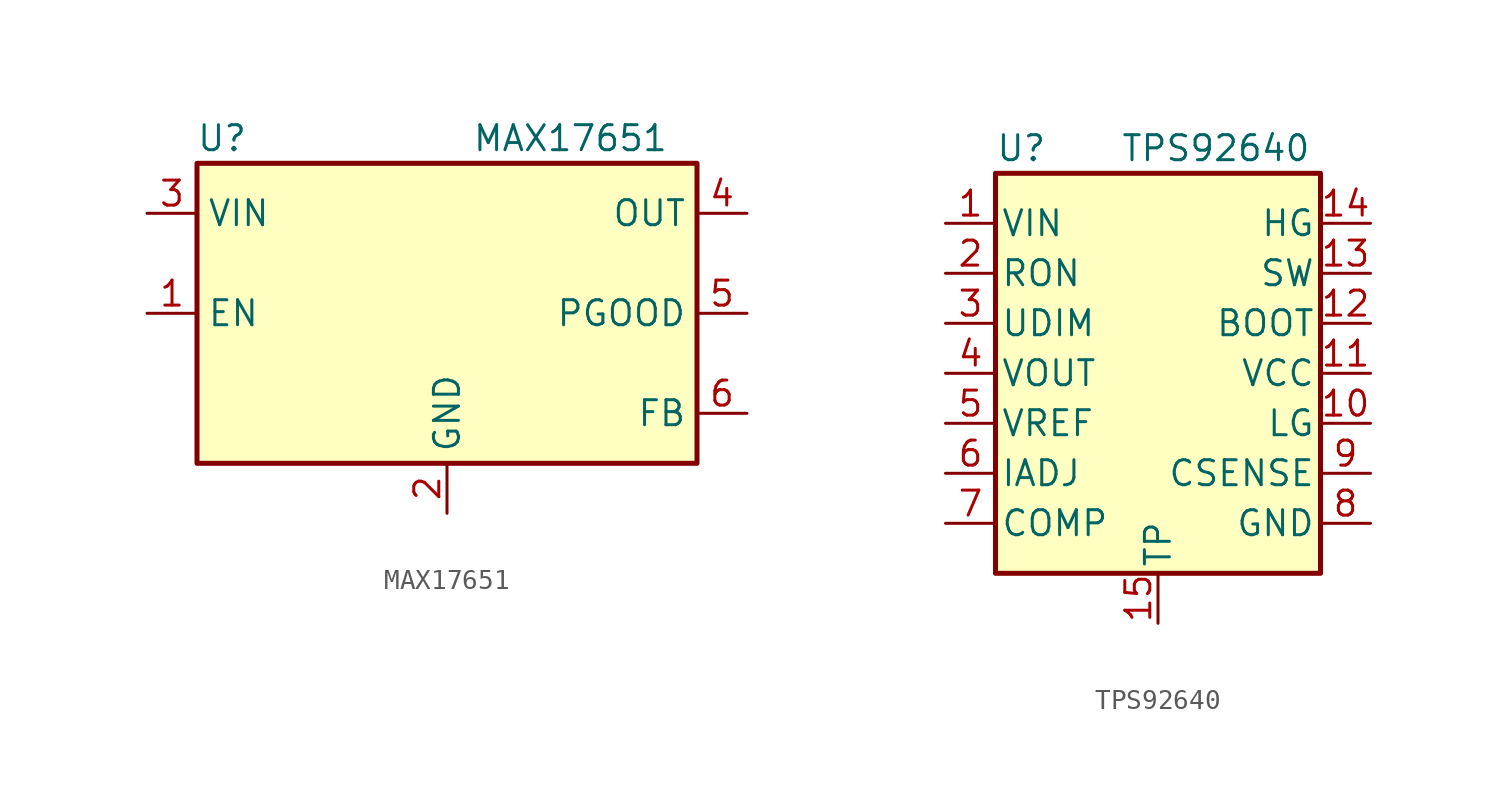
<source format=kicad_sym>
(kicad_symbol_lib
  (version 20201005)
  (generator kicad_symbol_editor)
  (symbol "reg:MAX17651"
    (property "Reference" "U"
      (at -11.43 11.43 0)
      (effects (font (size 1.27 1.27))))
    (property "Value" "MAX17651"
      (at 1.27 11.43 0)
      (effects (font (size 1.27 1.27)) (justify left)))
    (symbol "MAX17651_0_1"
      (rectangle (start -12.7 10.16) (end 12.7 -5.08) (stroke (width 0.254)) (fill (type background))))
    (symbol "MAX17651_1_1"
      (pin power_in line (at -15.24 7.62 0) (length 2.54) (name "VIN" (effects (font (size 1.27 1.27)))) (number "3" (effects (font (size 1.27 1.27)))))
      (pin input line (at -15.24 2.54 0) (length 2.54) (name "EN" (effects (font (size 1.27 1.27)))) (number "1" (effects (font (size 1.27 1.27)))))
      (pin open_collector line (at 15.24 2.54 180) (length 2.54) (name "PGOOD" (effects (font (size 1.27 1.27)))) (number "5" (effects (font (size 1.27 1.27)))))
      (pin power_out line (at 15.24 7.62 180) (length 2.54) (name "OUT" (effects (font (size 1.27 1.27)))) (number "4" (effects (font (size 1.27 1.27)))))
      (pin input line (at 15.24 -2.54 180) (length 2.54) (name "FB" (effects (font (size 1.27 1.27)))) (number "6" (effects (font (size 1.27 1.27)))))
      (pin power_in line (at 0 -7.62 90) (length 2.54) (name "GND" (effects (font (size 1.27 1.27)))) (number "2" (effects (font (size 1.27 1.27)))))))
  (symbol "reg:TPS92640"
    (pin_names
      (offset 0.254))
    (property "Reference" "U"
      (at -7.62 11.43 0)
      (effects (font (size 1.27 1.27)) (justify left)))
    (property "Value" "TPS92640"
      (at -1.27 11.43 0)
      (effects (font (size 1.27 1.27)) (justify left)))
    (symbol "TPS92640_0_1"
      (rectangle (start -7.62 10.16) (end 8.89 -10.16) (stroke (width 0.254)) (fill (type background))))
    (symbol "TPS92640_1_1"
      (pin power_in line (at -10.16 7.62 0) (length 2.54) (name "VIN" (effects (font (size 1.27 1.27)))) (number "1" (effects (font (size 1.27 1.27)))))
      (pin input line (at -10.16 5.08 0) (length 2.54) (name "RON" (effects (font (size 1.27 1.27)))) (number "2" (effects (font (size 1.27 1.27)))))
      (pin input line (at -10.16 2.54 0) (length 2.54) (name "UDIM" (effects (font (size 1.27 1.27)))) (number "3" (effects (font (size 1.27 1.27)))))
      (pin input line (at -10.16 0 0) (length 2.54) (name "VOUT" (effects (font (size 1.27 1.27)))) (number "4" (effects (font (size 1.27 1.27)))))
      (pin output line (at -10.16 -2.54 0) (length 2.54) (name "VREF" (effects (font (size 1.27 1.27)))) (number "5" (effects (font (size 1.27 1.27)))))
      (pin input line (at -10.16 -5.08 0) (length 2.54) (name "IADJ" (effects (font (size 1.27 1.27)))) (number "6" (effects (font (size 1.27 1.27)))))
      (pin output line (at -10.16 -7.62 0) (length 2.54) (name "COMP" (effects (font (size 1.27 1.27)))) (number "7" (effects (font (size 1.27 1.27)))))
      (pin power_in line (at 11.43 -7.62 180) (length 2.54) (name "GND" (effects (font (size 1.27 1.27)))) (number "8" (effects (font (size 1.27 1.27)))))
      (pin input line (at 11.43 -5.08 180) (length 2.54) (name "CSENSE" (effects (font (size 1.27 1.27)))) (number "9" (effects (font (size 1.27 1.27)))))
      (pin output line (at 11.43 -2.54 180) (length 2.54) (name "LG" (effects (font (size 1.27 1.27)))) (number "10" (effects (font (size 1.27 1.27)))))
      (pin power_out line (at 11.43 0 180) (length 2.54) (name "VCC" (effects (font (size 1.27 1.27)))) (number "11" (effects (font (size 1.27 1.27)))))
      (pin output line (at 11.43 2.54 180) (length 2.54) (name "BOOT" (effects (font (size 1.27 1.27)))) (number "12" (effects (font (size 1.27 1.27)))))
      (pin output line (at 11.43 5.08 180) (length 2.54) (name "SW" (effects (font (size 1.27 1.27)))) (number "13" (effects (font (size 1.27 1.27)))))
      (pin output line (at 11.43 7.62 180) (length 2.54) (name "HG" (effects (font (size 1.27 1.27)))) (number "14" (effects (font (size 1.27 1.27)))))
      (pin passive line (at 0.635 -12.7 90) (length 2.54) (name "TP" (effects (font (size 1.27 1.27)))) (number "15" (effects (font (size 1.27 1.27))))))))
</source>
